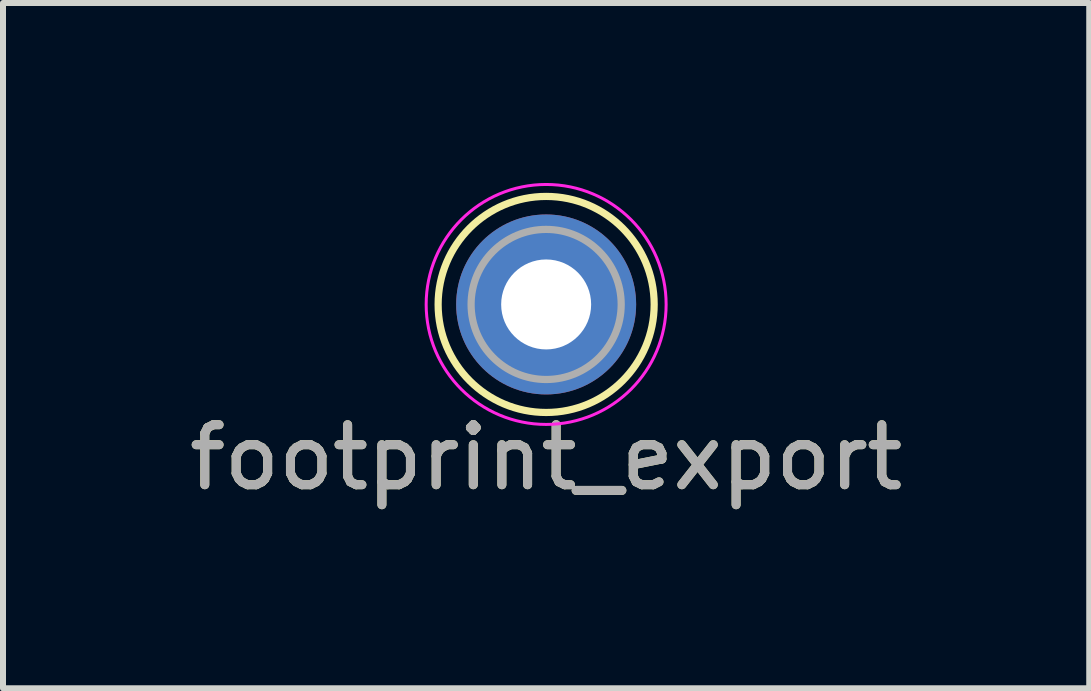
<source format=kicad_pcb>
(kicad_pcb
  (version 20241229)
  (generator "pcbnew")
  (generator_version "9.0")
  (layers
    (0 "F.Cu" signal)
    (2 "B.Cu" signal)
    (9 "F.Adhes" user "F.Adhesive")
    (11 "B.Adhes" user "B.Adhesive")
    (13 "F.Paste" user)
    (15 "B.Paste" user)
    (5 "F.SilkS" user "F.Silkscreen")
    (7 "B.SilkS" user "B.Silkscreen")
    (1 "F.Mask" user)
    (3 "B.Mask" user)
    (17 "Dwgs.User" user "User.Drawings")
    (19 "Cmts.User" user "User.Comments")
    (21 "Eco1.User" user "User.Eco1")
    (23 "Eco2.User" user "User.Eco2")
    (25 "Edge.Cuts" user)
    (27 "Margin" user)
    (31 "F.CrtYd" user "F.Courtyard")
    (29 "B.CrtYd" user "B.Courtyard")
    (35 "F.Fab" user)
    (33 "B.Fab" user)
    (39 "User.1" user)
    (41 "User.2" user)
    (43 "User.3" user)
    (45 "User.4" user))
  (footprint "footprint_export"
    (layer "F.Cu")
    (at 6.054 2.025)
    (property "Reference" "footprint_export" (at 0 2.55 0) (layer "F.SilkS") (effects (font (size 1 1) (thickness 0.15))))
    (attr through_hole)
    (fp_circle (center 0 0) (end 1.8 0.05) (stroke (width 0.12) (type solid)) (fill no) (layer "F.SilkS"))
    (fp_circle (center 0 0) (end 2 0) (stroke (width 0.05) (type solid)) (fill no) (layer "F.CrtYd"))
    (fp_circle (center 0 0) (end 0.65 -0.05) (stroke (width 0.12) (type solid)) (fill no) (layer "F.Fab"))
    (fp_circle (center 0 0) (end 1.25 -0.05) (stroke (width 0.12) (type solid)) (fill no) (layer "F.Fab"))
    (fp_text user "${REFERENCE}" (at 0 2.55 0) (layer "F.Fab") (effects (font (size 1 1) (thickness 0.15))))
    (pad "1" thru_hole circle (at 0 0) (size 3 3) (drill 1.5) (layers "*.Cu" "*.Mask")))
  (gr_rect
    (start -3 -3)
    (end 15.107 8.423)
    (stroke (width 0.1) (type default))
    (fill no)
    (layer "Edge.Cuts")))
</source>
